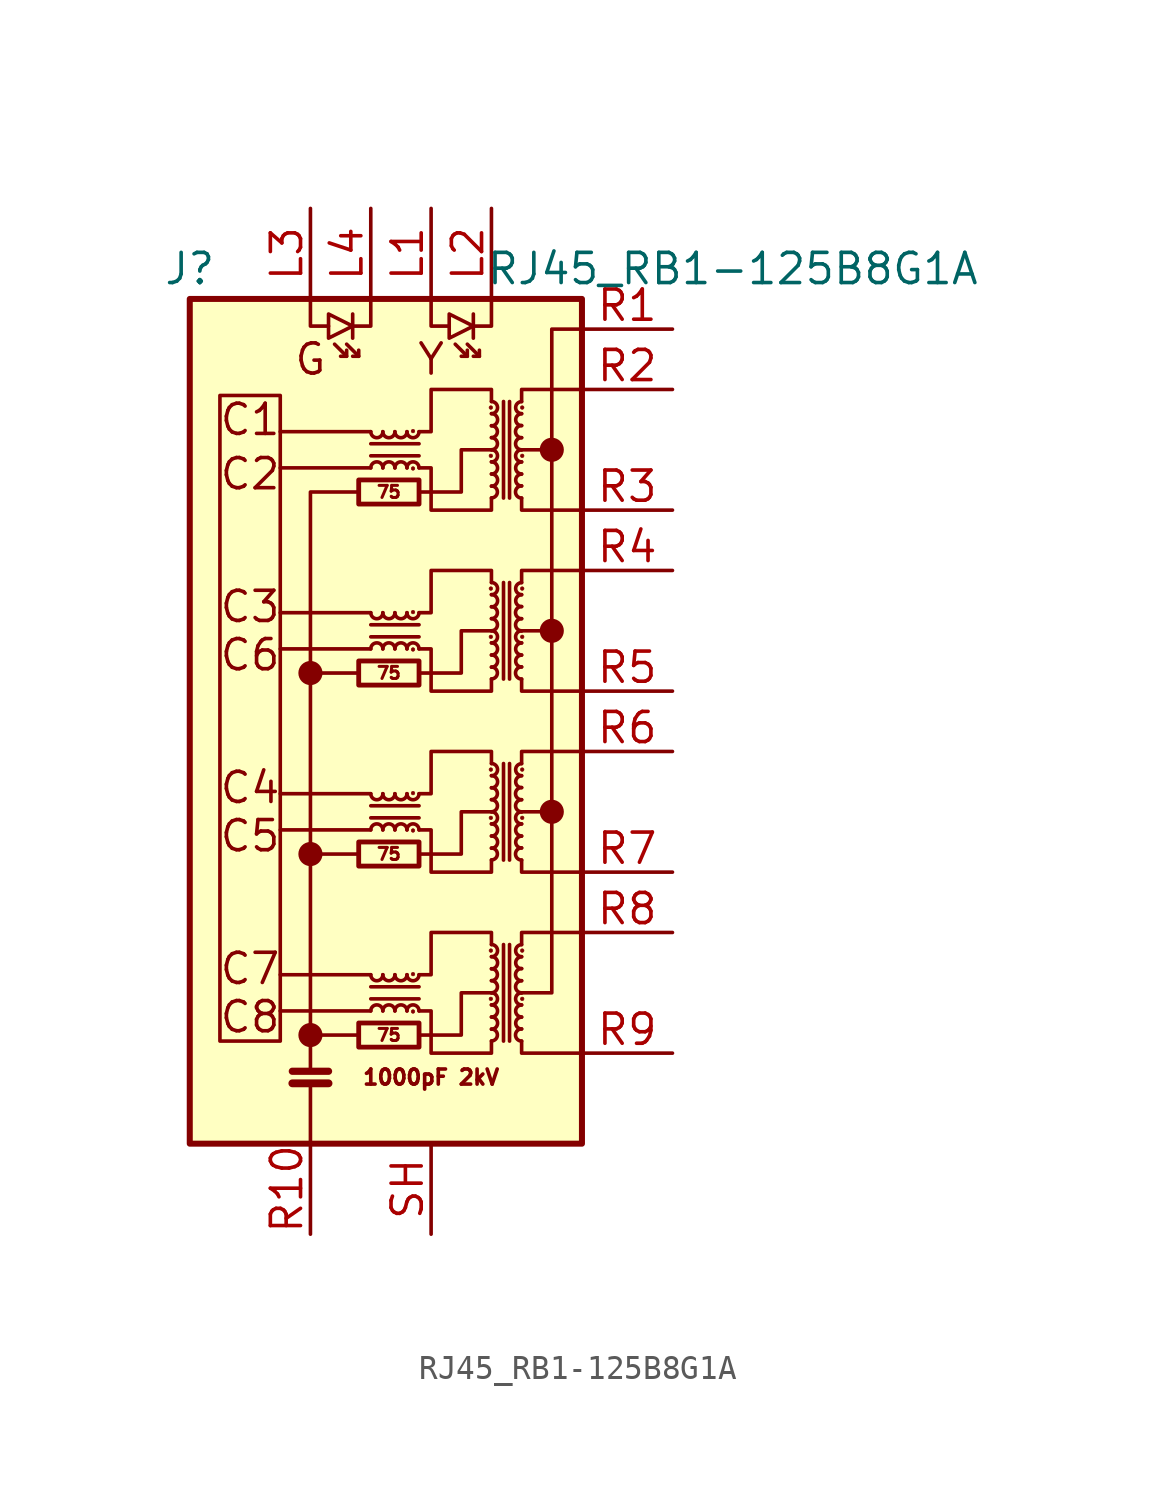
<source format=kicad_sym>
(kicad_symbol_lib
  (version 20241209)
  (generator "kicad_symbol_editor")
  (generator_version "9.0")
  (symbol "RJ45_RB1-125B8G1A"
    (pin_names
      (hide yes))
    (property "Reference" "J"
      (at -7.62 20.32 0)
      (effects (font (size 1.27 1.27))))
    (property "Value" "RJ45_RB1-125B8G1A"
      (at 15.24 20.32 0)
      (effects (font (size 1.27 1.27))))
    (symbol "RJ45_RB1-125B8G1A_0_0"
      (circle (center -2.54 3.302) (radius 0.0001) (stroke (width 0.508) (type default)) (fill (type none)))
      (circle (center -2.54 -4.318) (radius 0.0001) (stroke (width 0.508) (type default)) (fill (type none)))
      (circle (center -2.54 -11.938) (radius 0.0001) (stroke (width 0.508) (type default)) (fill (type none)))
      (polyline (pts (xy -0.508 -11.938) (xy -2.54 -11.938)) (stroke (width 0) (type default)) (fill (type none)))
      (polyline (pts (xy 0 13.462) (xy -3.81 13.462)) (stroke (width 0) (type default)) (fill (type none)))
      (polyline (pts (xy 0 11.938) (xy -3.81 11.938)) (stroke (width 0) (type default)) (fill (type none)))
      (polyline (pts (xy 0 5.842) (xy -3.81 5.842)) (stroke (width 0) (type default)) (fill (type none)))
      (polyline (pts (xy 0 4.318) (xy -3.81 4.318)) (stroke (width 0) (type default)) (fill (type none)))
      (polyline (pts (xy 0 -1.778) (xy -3.81 -1.778)) (stroke (width 0) (type default)) (fill (type none)))
      (polyline (pts (xy 0 -3.302) (xy -3.81 -3.302)) (stroke (width 0) (type default)) (fill (type none)))
      (polyline (pts (xy 0 -9.398) (xy -3.81 -9.398)) (stroke (width 0) (type default)) (fill (type none)))
      (polyline (pts (xy 0 -10.922) (xy -3.81 -10.922)) (stroke (width 0) (type default)) (fill (type none)))
      (polyline (pts (xy 2.032 10.922) (xy 3.81 10.922) (xy 3.81 12.7) (xy 5.08 12.7)) (stroke (width 0) (type default)) (fill (type none)))
      (polyline (pts (xy 2.032 3.302) (xy 3.81 3.302) (xy 3.81 5.08) (xy 5.08 5.08)) (stroke (width 0) (type default)) (fill (type none)))
      (polyline (pts (xy 2.032 -4.318) (xy 3.81 -4.318) (xy 3.81 -2.54) (xy 5.08 -2.54)) (stroke (width 0) (type default)) (fill (type none)))
      (polyline (pts (xy 2.032 -11.938) (xy 3.81 -11.938) (xy 3.81 -10.16) (xy 5.08 -10.16)) (stroke (width 0) (type default)) (fill (type none)))
      (polyline (pts (xy 6.35 5.08) (xy 7.62 5.08)) (stroke (width 0) (type default)) (fill (type none)))
      (polyline (pts (xy 7.62 12.7) (xy 6.35 12.7)) (stroke (width 0) (type default)) (fill (type none)))
      (circle (center 7.62 12.7) (radius 0.0001) (stroke (width 0.508) (type default)) (fill (type none)))
      (circle (center 7.62 5.08) (radius 0.0001) (stroke (width 0.508) (type default)) (fill (type none)))
      (polyline (pts (xy 7.62 -2.54) (xy 6.35 -2.54)) (stroke (width 0) (type default)) (fill (type none)))
      (circle (center 7.62 -2.54) (radius 0.0001) (stroke (width 0.508) (type default)) (fill (type none)))
      (text "C1" (at -5.08 13.97 0) (effects (font (size 1.27 1.27))))
      (text "C2" (at -5.08 11.684 0) (effects (font (size 1.27 1.27))))
      (text "C3" (at -5.08 6.096 0) (effects (font (size 1.27 1.27))))
      (text "C6" (at -5.08 4.064 0) (effects (font (size 1.27 1.27))))
      (text "C4" (at -5.08 -1.524 0) (effects (font (size 1.27 1.27))))
      (text "C5" (at -5.08 -3.556 0) (effects (font (size 1.27 1.27))))
      (text "C7" (at -5.08 -9.144 0) (effects (font (size 1.27 1.27))))
      (text "C8" (at -5.08 -11.176 0) (effects (font (size 1.27 1.27))))
      (text "G" (at -2.54 16.51 0) (effects (font (size 1.27 1.27))))
      (text "Y" (at 2.54 16.51 0) (effects (font (size 1.27 1.27))))
      (text "1000pF 2kV" (at 2.54 -13.716 0) (effects (font (size 0.635 0.635)))))
    (symbol "RJ45_RB1-125B8G1A_0_1"
      (rectangle (start -7.62 19.05) (end 8.89 -16.51) (stroke (width 0.254) (type default)) (fill (type background)))
      (rectangle (start -3.81 -12.192) (end -6.35 14.986) (stroke (width 0) (type default)) (fill (type none)))
      (polyline (pts (xy -3.302 -13.462) (xy -1.778 -13.462)) (stroke (width 0.305) (type default)) (fill (type none)))
      (polyline (pts (xy -3.302 -13.97) (xy -1.778 -13.97)) (stroke (width 0.33) (type default)) (fill (type none)))
      (polyline (pts (xy -2.54 19.05) (xy -2.54 17.907) (xy -1.778 17.907)) (stroke (width 0) (type default)) (fill (type none)))
      (polyline (pts (xy -2.54 3.302) (xy -0.508 3.302)) (stroke (width 0) (type default)) (fill (type none)))
      (polyline (pts (xy -2.54 -13.462) (xy -2.54 10.922) (xy -0.508 10.922)) (stroke (width 0) (type default)) (fill (type none)))
      (polyline (pts (xy -2.54 -16.51) (xy -2.54 -13.97)) (stroke (width 0) (type default)) (fill (type none)))
      (polyline (pts (xy -1.016 16.891) (xy -1.016 16.637) (xy -1.27 16.637)) (stroke (width 0) (type default)) (fill (type none)))
      (polyline (pts (xy -1.016 16.637) (xy -1.524 17.145)) (stroke (width 0) (type default)) (fill (type none)))
      (polyline (pts (xy -0.762 18.415) (xy -0.762 17.399)) (stroke (width 0) (type default)) (fill (type none)))
      (polyline (pts (xy -0.762 17.907) (xy -1.778 18.415) (xy -1.778 17.399) (xy -0.762 17.907)) (stroke (width 0) (type default)) (fill (type none)))
      (polyline (pts (xy -0.508 16.891) (xy -0.508 16.637) (xy -0.762 16.637)) (stroke (width 0) (type default)) (fill (type none)))
      (polyline (pts (xy -0.508 16.637) (xy -1.016 17.145)) (stroke (width 0) (type default)) (fill (type none)))
      (rectangle (start -0.508 10.414) (end 2.032 11.43) (stroke (width 0.203) (type default)) (fill (type none)))
      (rectangle (start -0.508 2.794) (end 2.032 3.81) (stroke (width 0.203) (type default)) (fill (type none)))
      (polyline (pts (xy -0.508 -4.318) (xy -2.54 -4.318)) (stroke (width 0) (type default)) (fill (type none)))
      (rectangle (start -0.508 -4.826) (end 2.032 -3.81) (stroke (width 0.203) (type default)) (fill (type none)))
      (rectangle (start -0.508 -12.446) (end 2.032 -11.43) (stroke (width 0.203) (type default)) (fill (type none)))
      (polyline (pts (xy 0 19.05) (xy 0 17.907) (xy -0.762 17.907)) (stroke (width 0) (type default)) (fill (type none)))
      (polyline (pts (xy 0 12.446) (xy 2.032 12.446)) (stroke (width 0) (type default)) (fill (type none)))
      (polyline (pts (xy 0 4.826) (xy 2.032 4.826)) (stroke (width 0) (type default)) (fill (type none)))
      (polyline (pts (xy 0 -2.794) (xy 2.032 -2.794)) (stroke (width 0) (type default)) (fill (type none)))
      (polyline (pts (xy 0 -10.414) (xy 2.032 -10.414)) (stroke (width 0) (type default)) (fill (type none)))
      (arc (start 0.508 13.462) (mid 0.254 13.2091) (end 0 13.462) (stroke (width 0) (type default)) (fill (type none)))
      (arc (start 0 11.938) (mid 0.254 12.1909) (end 0.508 11.938) (stroke (width 0) (type default)) (fill (type none)))
      (arc (start 0.508 5.842) (mid 0.254 5.5891) (end 0 5.842) (stroke (width 0) (type default)) (fill (type none)))
      (arc (start 0 4.318) (mid 0.254 4.5709) (end 0.508 4.318) (stroke (width 0) (type default)) (fill (type none)))
      (arc (start 0.508 -1.778) (mid 0.254 -2.0309) (end 0 -1.778) (stroke (width 0) (type default)) (fill (type none)))
      (arc (start 0 -3.302) (mid 0.254 -3.0491) (end 0.508 -3.302) (stroke (width 0) (type default)) (fill (type none)))
      (arc (start 0.508 -9.398) (mid 0.254 -9.6509) (end 0 -9.398) (stroke (width 0) (type default)) (fill (type none)))
      (arc (start 0 -10.922) (mid 0.254 -10.6691) (end 0.508 -10.922) (stroke (width 0) (type default)) (fill (type none)))
      (arc (start 1.016 13.462) (mid 0.762 13.2091) (end 0.508 13.462) (stroke (width 0) (type default)) (fill (type none)))
      (arc (start 0.508 11.938) (mid 0.762 12.1909) (end 1.016 11.938) (stroke (width 0) (type default)) (fill (type none)))
      (arc (start 1.016 5.842) (mid 0.762 5.5891) (end 0.508 5.842) (stroke (width 0) (type default)) (fill (type none)))
      (arc (start 0.508 4.318) (mid 0.762 4.5709) (end 1.016 4.318) (stroke (width 0) (type default)) (fill (type none)))
      (arc (start 1.016 -1.778) (mid 0.762 -2.0309) (end 0.508 -1.778) (stroke (width 0) (type default)) (fill (type none)))
      (arc (start 0.508 -3.302) (mid 0.762 -3.0491) (end 1.016 -3.302) (stroke (width 0) (type default)) (fill (type none)))
      (arc (start 1.016 -9.398) (mid 0.762 -9.6509) (end 0.508 -9.398) (stroke (width 0) (type default)) (fill (type none)))
      (arc (start 0.508 -10.922) (mid 0.762 -10.6691) (end 1.016 -10.922) (stroke (width 0) (type default)) (fill (type none)))
      (arc (start 1.524 13.462) (mid 1.27 13.2091) (end 1.016 13.462) (stroke (width 0) (type default)) (fill (type none)))
      (arc (start 1.016 11.938) (mid 1.27 12.1909) (end 1.524 11.938) (stroke (width 0) (type default)) (fill (type none)))
      (arc (start 1.524 5.842) (mid 1.27 5.5891) (end 1.016 5.842) (stroke (width 0) (type default)) (fill (type none)))
      (arc (start 1.016 4.318) (mid 1.27 4.5709) (end 1.524 4.318) (stroke (width 0) (type default)) (fill (type none)))
      (arc (start 1.524 -1.778) (mid 1.27 -2.0309) (end 1.016 -1.778) (stroke (width 0) (type default)) (fill (type none)))
      (arc (start 1.016 -3.302) (mid 1.27 -3.0491) (end 1.524 -3.302) (stroke (width 0) (type default)) (fill (type none)))
      (arc (start 1.524 -9.398) (mid 1.27 -9.6509) (end 1.016 -9.398) (stroke (width 0) (type default)) (fill (type none)))
      (arc (start 1.016 -10.922) (mid 1.27 -10.6691) (end 1.524 -10.922) (stroke (width 0) (type default)) (fill (type none)))
      (circle (center 1.778 13.487) (radius 0.076) (stroke (width 0.025) (type default)) (fill (type outline)))
      (arc (start 2.032 13.462) (mid 1.778 13.2091) (end 1.524 13.462) (stroke (width 0) (type default)) (fill (type none)))
      (arc (start 1.524 11.938) (mid 1.778 12.1909) (end 2.032 11.938) (stroke (width 0) (type default)) (fill (type none)))
      (circle (center 1.778 11.913) (radius 0.076) (stroke (width 0.025) (type default)) (fill (type outline)))
      (circle (center 1.778 5.867) (radius 0.076) (stroke (width 0.025) (type default)) (fill (type outline)))
      (arc (start 2.032 5.842) (mid 1.778 5.5891) (end 1.524 5.842) (stroke (width 0) (type default)) (fill (type none)))
      (arc (start 1.524 4.318) (mid 1.778 4.5709) (end 2.032 4.318) (stroke (width 0) (type default)) (fill (type none)))
      (circle (center 1.778 4.293) (radius 0.076) (stroke (width 0.025) (type default)) (fill (type outline)))
      (circle (center 1.778 -1.753) (radius 0.076) (stroke (width 0.025) (type default)) (fill (type outline)))
      (arc (start 2.032 -1.778) (mid 1.778 -2.0309) (end 1.524 -1.778) (stroke (width 0) (type default)) (fill (type none)))
      (arc (start 1.524 -3.302) (mid 1.778 -3.0491) (end 2.032 -3.302) (stroke (width 0) (type default)) (fill (type none)))
      (circle (center 1.778 -3.327) (radius 0.076) (stroke (width 0.025) (type default)) (fill (type outline)))
      (circle (center 1.778 -9.373) (radius 0.076) (stroke (width 0.025) (type default)) (fill (type outline)))
      (arc (start 2.032 -9.398) (mid 1.778 -9.6509) (end 1.524 -9.398) (stroke (width 0) (type default)) (fill (type none)))
      (arc (start 1.524 -10.922) (mid 1.778 -10.6691) (end 2.032 -10.922) (stroke (width 0) (type default)) (fill (type none)))
      (circle (center 1.778 -10.947) (radius 0.076) (stroke (width 0.025) (type default)) (fill (type outline)))
      (polyline (pts (xy 2.032 13.462) (xy 2.54 13.462) (xy 2.54 15.24) (xy 5.08 15.24) (xy 5.08 14.732)) (stroke (width 0) (type default)) (fill (type none)))
      (polyline (pts (xy 2.032 12.954) (xy 0 12.954)) (stroke (width 0) (type default)) (fill (type none)))
      (polyline (pts (xy 2.032 5.842) (xy 2.54 5.842) (xy 2.54 7.62) (xy 5.08 7.62) (xy 5.08 7.112)) (stroke (width 0) (type default)) (fill (type none)))
      (polyline (pts (xy 2.032 5.334) (xy 0 5.334)) (stroke (width 0) (type default)) (fill (type none)))
      (polyline (pts (xy 2.032 -1.778) (xy 2.54 -1.778) (xy 2.54 0) (xy 5.08 0) (xy 5.08 -0.508)) (stroke (width 0) (type default)) (fill (type none)))
      (polyline (pts (xy 2.032 -2.286) (xy 0 -2.286)) (stroke (width 0) (type default)) (fill (type none)))
      (polyline (pts (xy 2.032 -9.398) (xy 2.54 -9.398) (xy 2.54 -7.62) (xy 5.08 -7.62) (xy 5.08 -8.128)) (stroke (width 0) (type default)) (fill (type none)))
      (polyline (pts (xy 2.032 -9.906) (xy 0 -9.906)) (stroke (width 0) (type default)) (fill (type none)))
      (polyline (pts (xy 2.54 19.05) (xy 2.54 17.907) (xy 3.302 17.907)) (stroke (width 0) (type default)) (fill (type none)))
      (polyline (pts (xy 4.064 16.891) (xy 4.064 16.637) (xy 3.81 16.637)) (stroke (width 0) (type default)) (fill (type none)))
      (polyline (pts (xy 4.064 16.637) (xy 3.556 17.145)) (stroke (width 0) (type default)) (fill (type none)))
      (polyline (pts (xy 4.318 18.415) (xy 4.318 17.399)) (stroke (width 0) (type default)) (fill (type none)))
      (polyline (pts (xy 4.318 17.907) (xy 3.302 18.415) (xy 3.302 17.399) (xy 4.318 17.907)) (stroke (width 0) (type default)) (fill (type none)))
      (polyline (pts (xy 4.572 16.891) (xy 4.572 16.637) (xy 4.318 16.637)) (stroke (width 0) (type default)) (fill (type none)))
      (polyline (pts (xy 4.572 16.637) (xy 4.064 17.145)) (stroke (width 0) (type default)) (fill (type none)))
      (circle (center 5.055 14.478) (radius 0.076) (stroke (width 0.025) (type default)) (fill (type outline)))
      (circle (center 5.055 12.446) (radius 0.076) (stroke (width 0.025) (type default)) (fill (type outline)))
      (circle (center 5.055 6.858) (radius 0.076) (stroke (width 0.025) (type default)) (fill (type outline)))
      (circle (center 5.055 4.826) (radius 0.076) (stroke (width 0.025) (type default)) (fill (type outline)))
      (circle (center 5.055 -0.762) (radius 0.076) (stroke (width 0.025) (type default)) (fill (type outline)))
      (circle (center 5.055 -2.794) (radius 0.076) (stroke (width 0.025) (type default)) (fill (type outline)))
      (circle (center 5.055 -8.382) (radius 0.076) (stroke (width 0.025) (type default)) (fill (type outline)))
      (circle (center 5.055 -10.414) (radius 0.076) (stroke (width 0.025) (type default)) (fill (type outline)))
      (arc (start 5.08 14.732) (mid 5.333 14.478) (end 5.08 14.224) (stroke (width 0) (type default)) (fill (type none)))
      (arc (start 5.08 13.716) (mid 5.333 13.462) (end 5.08 13.208) (stroke (width 0) (type default)) (fill (type none)))
      (arc (start 5.08 13.208) (mid 5.333 12.954) (end 5.08 12.7) (stroke (width 0) (type default)) (fill (type none)))
      (arc (start 5.08 12.7) (mid 5.333 12.446) (end 5.08 12.192) (stroke (width 0) (type default)) (fill (type none)))
      (arc (start 5.08 12.192) (mid 5.333 11.938) (end 5.08 11.684) (stroke (width 0) (type default)) (fill (type none)))
      (arc (start 5.08 11.176) (mid 5.333 10.922) (end 5.08 10.668) (stroke (width 0) (type default)) (fill (type none)))
      (arc (start 5.08 7.112) (mid 5.333 6.858) (end 5.08 6.604) (stroke (width 0) (type default)) (fill (type none)))
      (arc (start 5.08 6.096) (mid 5.333 5.842) (end 5.08 5.588) (stroke (width 0) (type default)) (fill (type none)))
      (arc (start 5.08 5.588) (mid 5.333 5.334) (end 5.08 5.08) (stroke (width 0) (type default)) (fill (type none)))
      (arc (start 5.08 5.08) (mid 5.333 4.826) (end 5.08 4.572) (stroke (width 0) (type default)) (fill (type none)))
      (arc (start 5.08 4.572) (mid 5.333 4.318) (end 5.08 4.064) (stroke (width 0) (type default)) (fill (type none)))
      (arc (start 5.08 3.556) (mid 5.333 3.302) (end 5.08 3.048) (stroke (width 0) (type default)) (fill (type none)))
      (arc (start 5.08 -0.508) (mid 5.333 -0.762) (end 5.08 -1.016) (stroke (width 0) (type default)) (fill (type none)))
      (arc (start 5.08 -1.524) (mid 5.333 -1.778) (end 5.08 -2.032) (stroke (width 0) (type default)) (fill (type none)))
      (arc (start 5.08 -2.032) (mid 5.333 -2.286) (end 5.08 -2.54) (stroke (width 0) (type default)) (fill (type none)))
      (arc (start 5.08 -2.54) (mid 5.333 -2.794) (end 5.08 -3.048) (stroke (width 0) (type default)) (fill (type none)))
      (arc (start 5.08 -3.048) (mid 5.333 -3.302) (end 5.08 -3.556) (stroke (width 0) (type default)) (fill (type none)))
      (arc (start 5.08 -4.064) (mid 5.333 -4.318) (end 5.08 -4.572) (stroke (width 0) (type default)) (fill (type none)))
      (arc (start 5.08 -8.128) (mid 5.333 -8.382) (end 5.08 -8.636) (stroke (width 0) (type default)) (fill (type none)))
      (arc (start 5.08 -9.144) (mid 5.333 -9.398) (end 5.08 -9.652) (stroke (width 0) (type default)) (fill (type none)))
      (arc (start 5.08 -9.652) (mid 5.333 -9.906) (end 5.08 -10.16) (stroke (width 0) (type default)) (fill (type none)))
      (arc (start 5.08 -10.16) (mid 5.333 -10.414) (end 5.08 -10.668) (stroke (width 0) (type default)) (fill (type none)))
      (arc (start 5.08 -10.668) (mid 5.333 -10.922) (end 5.08 -11.176) (stroke (width 0) (type default)) (fill (type none)))
      (arc (start 5.08 -11.684) (mid 5.333 -11.938) (end 5.08 -12.192) (stroke (width 0) (type default)) (fill (type none)))
      (polyline (pts (xy 5.08 19.05) (xy 5.08 17.907) (xy 4.318 17.907)) (stroke (width 0) (type default)) (fill (type none)))
      (arc (start 5.08 14.224) (mid 5.334 13.97) (end 5.08 13.716) (stroke (width 0) (type default)) (fill (type none)))
      (arc (start 5.08 11.684) (mid 5.334 11.43) (end 5.08 11.176) (stroke (width 0) (type default)) (fill (type none)))
      (polyline (pts (xy 5.08 10.668) (xy 5.08 10.16) (xy 2.54 10.16) (xy 2.54 11.938) (xy 2.032 11.938)) (stroke (width 0) (type default)) (fill (type none)))
      (arc (start 5.08 6.604) (mid 5.334 6.35) (end 5.08 6.096) (stroke (width 0) (type default)) (fill (type none)))
      (arc (start 5.08 4.064) (mid 5.334 3.81) (end 5.08 3.556) (stroke (width 0) (type default)) (fill (type none)))
      (polyline (pts (xy 5.08 3.048) (xy 5.08 2.54) (xy 2.54 2.54) (xy 2.54 4.318) (xy 2.032 4.318)) (stroke (width 0) (type default)) (fill (type none)))
      (arc (start 5.08 -1.016) (mid 5.334 -1.27) (end 5.08 -1.524) (stroke (width 0) (type default)) (fill (type none)))
      (arc (start 5.08 -3.556) (mid 5.334 -3.81) (end 5.08 -4.064) (stroke (width 0) (type default)) (fill (type none)))
      (polyline (pts (xy 5.08 -4.572) (xy 5.08 -5.08) (xy 2.54 -5.08) (xy 2.54 -3.302) (xy 2.032 -3.302)) (stroke (width 0) (type default)) (fill (type none)))
      (arc (start 5.08 -8.636) (mid 5.334 -8.89) (end 5.08 -9.144) (stroke (width 0) (type default)) (fill (type none)))
      (arc (start 5.08 -11.176) (mid 5.334 -11.43) (end 5.08 -11.684) (stroke (width 0) (type default)) (fill (type none)))
      (polyline (pts (xy 5.08 -12.192) (xy 5.08 -12.7) (xy 2.54 -12.7) (xy 2.54 -10.922) (xy 2.032 -10.922)) (stroke (width 0) (type default)) (fill (type none)))
      (polyline (pts (xy 5.588 14.732) (xy 5.588 10.668)) (stroke (width 0) (type default)) (fill (type none)))
      (polyline (pts (xy 5.588 7.112) (xy 5.588 3.048)) (stroke (width 0) (type default)) (fill (type none)))
      (polyline (pts (xy 5.588 -0.508) (xy 5.588 -4.572)) (stroke (width 0) (type default)) (fill (type none)))
      (polyline (pts (xy 5.588 -8.128) (xy 5.588 -12.192)) (stroke (width 0) (type default)) (fill (type none)))
      (polyline (pts (xy 5.842 10.668) (xy 5.842 14.732)) (stroke (width 0) (type default)) (fill (type none)))
      (polyline (pts (xy 5.842 3.048) (xy 5.842 7.112)) (stroke (width 0) (type default)) (fill (type none)))
      (polyline (pts (xy 5.842 -4.572) (xy 5.842 -0.508)) (stroke (width 0) (type default)) (fill (type none)))
      (polyline (pts (xy 5.842 -12.192) (xy 5.842 -8.128)) (stroke (width 0) (type default)) (fill (type none)))
      (polyline (pts (xy 6.35 14.732) (xy 6.35 15.24) (xy 8.89 15.24)) (stroke (width 0) (type default)) (fill (type none)))
      (arc (start 6.35 13.716) (mid 6.096 13.97) (end 6.35 14.224) (stroke (width 0) (type default)) (fill (type none)))
      (arc (start 6.35 11.176) (mid 6.096 11.43) (end 6.35 11.684) (stroke (width 0) (type default)) (fill (type none)))
      (polyline (pts (xy 6.35 10.668) (xy 6.35 10.16) (xy 8.89 10.16)) (stroke (width 0) (type default)) (fill (type none)))
      (polyline (pts (xy 6.35 7.112) (xy 6.35 7.62) (xy 8.89 7.62)) (stroke (width 0) (type default)) (fill (type none)))
      (arc (start 6.35 6.096) (mid 6.096 6.35) (end 6.35 6.604) (stroke (width 0) (type default)) (fill (type none)))
      (arc (start 6.35 3.556) (mid 6.096 3.81) (end 6.35 4.064) (stroke (width 0) (type default)) (fill (type none)))
      (polyline (pts (xy 6.35 3.048) (xy 6.35 2.54) (xy 8.89 2.54)) (stroke (width 0) (type default)) (fill (type none)))
      (polyline (pts (xy 6.35 -0.508) (xy 6.35 0) (xy 8.89 0)) (stroke (width 0) (type default)) (fill (type none)))
      (arc (start 6.35 -1.524) (mid 6.096 -1.27) (end 6.35 -1.016) (stroke (width 0) (type default)) (fill (type none)))
      (arc (start 6.35 -4.064) (mid 6.096 -3.81) (end 6.35 -3.556) (stroke (width 0) (type default)) (fill (type none)))
      (polyline (pts (xy 6.35 -4.572) (xy 6.35 -5.08) (xy 8.89 -5.08)) (stroke (width 0) (type default)) (fill (type none)))
      (polyline (pts (xy 6.35 -8.128) (xy 6.35 -7.62) (xy 8.89 -7.62)) (stroke (width 0) (type default)) (fill (type none)))
      (arc (start 6.35 -9.144) (mid 6.096 -8.89) (end 6.35 -8.636) (stroke (width 0) (type default)) (fill (type none)))
      (arc (start 6.35 -11.684) (mid 6.096 -11.43) (end 6.35 -11.176) (stroke (width 0) (type default)) (fill (type none)))
      (polyline (pts (xy 6.35 -12.192) (xy 6.35 -12.7) (xy 8.89 -12.7)) (stroke (width 0) (type default)) (fill (type none)))
      (arc (start 6.35 14.224) (mid 6.097 14.478) (end 6.35 14.732) (stroke (width 0) (type default)) (fill (type none)))
      (arc (start 6.35 13.208) (mid 6.097 13.462) (end 6.35 13.716) (stroke (width 0) (type default)) (fill (type none)))
      (arc (start 6.35 12.7) (mid 6.097 12.954) (end 6.35 13.208) (stroke (width 0) (type default)) (fill (type none)))
      (arc (start 6.35 12.192) (mid 6.097 12.446) (end 6.35 12.7) (stroke (width 0) (type default)) (fill (type none)))
      (arc (start 6.35 11.684) (mid 6.097 11.938) (end 6.35 12.192) (stroke (width 0) (type default)) (fill (type none)))
      (arc (start 6.35 10.668) (mid 6.097 10.922) (end 6.35 11.176) (stroke (width 0) (type default)) (fill (type none)))
      (arc (start 6.35 6.604) (mid 6.097 6.858) (end 6.35 7.112) (stroke (width 0) (type default)) (fill (type none)))
      (arc (start 6.35 5.588) (mid 6.097 5.842) (end 6.35 6.096) (stroke (width 0) (type default)) (fill (type none)))
      (arc (start 6.35 5.08) (mid 6.097 5.334) (end 6.35 5.588) (stroke (width 0) (type default)) (fill (type none)))
      (arc (start 6.35 4.572) (mid 6.097 4.826) (end 6.35 5.08) (stroke (width 0) (type default)) (fill (type none)))
      (arc (start 6.35 4.064) (mid 6.097 4.318) (end 6.35 4.572) (stroke (width 0) (type default)) (fill (type none)))
      (arc (start 6.35 3.048) (mid 6.097 3.302) (end 6.35 3.556) (stroke (width 0) (type default)) (fill (type none)))
      (arc (start 6.35 -1.016) (mid 6.097 -0.762) (end 6.35 -0.508) (stroke (width 0) (type default)) (fill (type none)))
      (arc (start 6.35 -2.032) (mid 6.097 -1.778) (end 6.35 -1.524) (stroke (width 0) (type default)) (fill (type none)))
      (arc (start 6.35 -2.54) (mid 6.097 -2.286) (end 6.35 -2.032) (stroke (width 0) (type default)) (fill (type none)))
      (arc (start 6.35 -3.048) (mid 6.097 -2.794) (end 6.35 -2.54) (stroke (width 0) (type default)) (fill (type none)))
      (arc (start 6.35 -3.556) (mid 6.097 -3.302) (end 6.35 -3.048) (stroke (width 0) (type default)) (fill (type none)))
      (arc (start 6.35 -4.572) (mid 6.097 -4.318) (end 6.35 -4.064) (stroke (width 0) (type default)) (fill (type none)))
      (arc (start 6.35 -8.636) (mid 6.097 -8.382) (end 6.35 -8.128) (stroke (width 0) (type default)) (fill (type none)))
      (arc (start 6.35 -9.652) (mid 6.097 -9.398) (end 6.35 -9.144) (stroke (width 0) (type default)) (fill (type none)))
      (arc (start 6.35 -10.16) (mid 6.097 -9.906) (end 6.35 -9.652) (stroke (width 0) (type default)) (fill (type none)))
      (arc (start 6.35 -10.668) (mid 6.097 -10.414) (end 6.35 -10.16) (stroke (width 0) (type default)) (fill (type none)))
      (arc (start 6.35 -11.176) (mid 6.097 -10.922) (end 6.35 -10.668) (stroke (width 0) (type default)) (fill (type none)))
      (arc (start 6.35 -12.192) (mid 6.097 -11.938) (end 6.35 -11.684) (stroke (width 0) (type default)) (fill (type none)))
      (circle (center 6.375 14.478) (radius 0.076) (stroke (width 0.025) (type default)) (fill (type outline)))
      (circle (center 6.375 12.446) (radius 0.076) (stroke (width 0.025) (type default)) (fill (type outline)))
      (circle (center 6.375 6.858) (radius 0.076) (stroke (width 0.025) (type default)) (fill (type outline)))
      (circle (center 6.375 4.826) (radius 0.076) (stroke (width 0.025) (type default)) (fill (type outline)))
      (circle (center 6.375 -0.762) (radius 0.076) (stroke (width 0.025) (type default)) (fill (type outline)))
      (circle (center 6.375 -2.794) (radius 0.076) (stroke (width 0.025) (type default)) (fill (type outline)))
      (circle (center 6.375 -8.382) (radius 0.076) (stroke (width 0.025) (type default)) (fill (type outline)))
      (circle (center 6.375 -10.414) (radius 0.076) (stroke (width 0.025) (type default)) (fill (type outline)))
      (polyline (pts (xy 8.89 17.78) (xy 7.62 17.78) (xy 7.62 -10.16) (xy 6.35 -10.16)) (stroke (width 0) (type default)) (fill (type none)))
      (pin power_in line (at -2.54 -20.32 90) (length 3.81) (name "GND" (effects (font (size 1.27 1.27)))) (number "R10" (effects (font (size 1.27 1.27))))))
    (symbol "RJ45_RB1-125B8G1A_1_0"
      (text "75" (at 0.762 10.922 0) (effects (font (size 0.508 0.508))))
      (text "75" (at 0.762 3.302 0) (effects (font (size 0.508 0.508))))
      (text "75" (at 0.762 -4.318 0) (effects (font (size 0.508 0.508))))
      (text "75" (at 0.762 -11.938 0) (effects (font (size 0.508 0.508)))))
    (symbol "RJ45_RB1-125B8G1A_1_1"
      (pin passive line (at -2.54 22.86 270) (length 3.81) (name "~" (effects (font (size 1.27 1.27)))) (number "L3" (effects (font (size 1.27 1.27)))))
      (pin passive line (at 0 22.86 270) (length 3.81) (name "~" (effects (font (size 1.27 1.27)))) (number "L4" (effects (font (size 1.27 1.27)))))
      (pin passive line (at 2.54 22.86 270) (length 3.81) (name "~" (effects (font (size 1.27 1.27)))) (number "L1" (effects (font (size 1.27 1.27)))))
      (pin passive line (at 2.54 -20.32 90) (length 3.81) (name "SH" (effects (font (size 1.27 1.27)))) (number "SH" (effects (font (size 1.27 1.27)))))
      (pin passive line (at 5.08 22.86 270) (length 3.81) (name "~" (effects (font (size 1.27 1.27)))) (number "L2" (effects (font (size 1.27 1.27)))))
      (pin passive line (at 12.7 17.78 180) (length 3.81) (name "CT" (effects (font (size 1.27 1.27)))) (number "R1" (effects (font (size 1.27 1.27)))))
      (pin passive line (at 12.7 15.24 180) (length 3.81) (name "TD1+" (effects (font (size 1.27 1.27)))) (number "R2" (effects (font (size 1.27 1.27)))))
      (pin passive line (at 12.7 10.16 180) (length 3.81) (name "TD1-" (effects (font (size 1.27 1.27)))) (number "R3" (effects (font (size 1.27 1.27)))))
      (pin passive line (at 12.7 7.62 180) (length 3.81) (name "TD2+" (effects (font (size 1.27 1.27)))) (number "R4" (effects (font (size 1.27 1.27)))))
      (pin passive line (at 12.7 2.54 180) (length 3.81) (name "TD2-" (effects (font (size 1.27 1.27)))) (number "R5" (effects (font (size 1.27 1.27)))))
      (pin passive line (at 12.7 0 180) (length 3.81) (name "TD3+" (effects (font (size 1.27 1.27)))) (number "R6" (effects (font (size 1.27 1.27)))))
      (pin passive line (at 12.7 -5.08 180) (length 3.81) (name "TD3-" (effects (font (size 1.27 1.27)))) (number "R7" (effects (font (size 1.27 1.27)))))
      (pin passive line (at 12.7 -7.62 180) (length 3.81) (name "TD4+" (effects (font (size 1.27 1.27)))) (number "R8" (effects (font (size 1.27 1.27)))))
      (pin passive line (at 12.7 -12.7 180) (length 3.81) (name "TD4-" (effects (font (size 1.27 1.27)))) (number "R9" (effects (font (size 1.27 1.27))))))))
</source>
